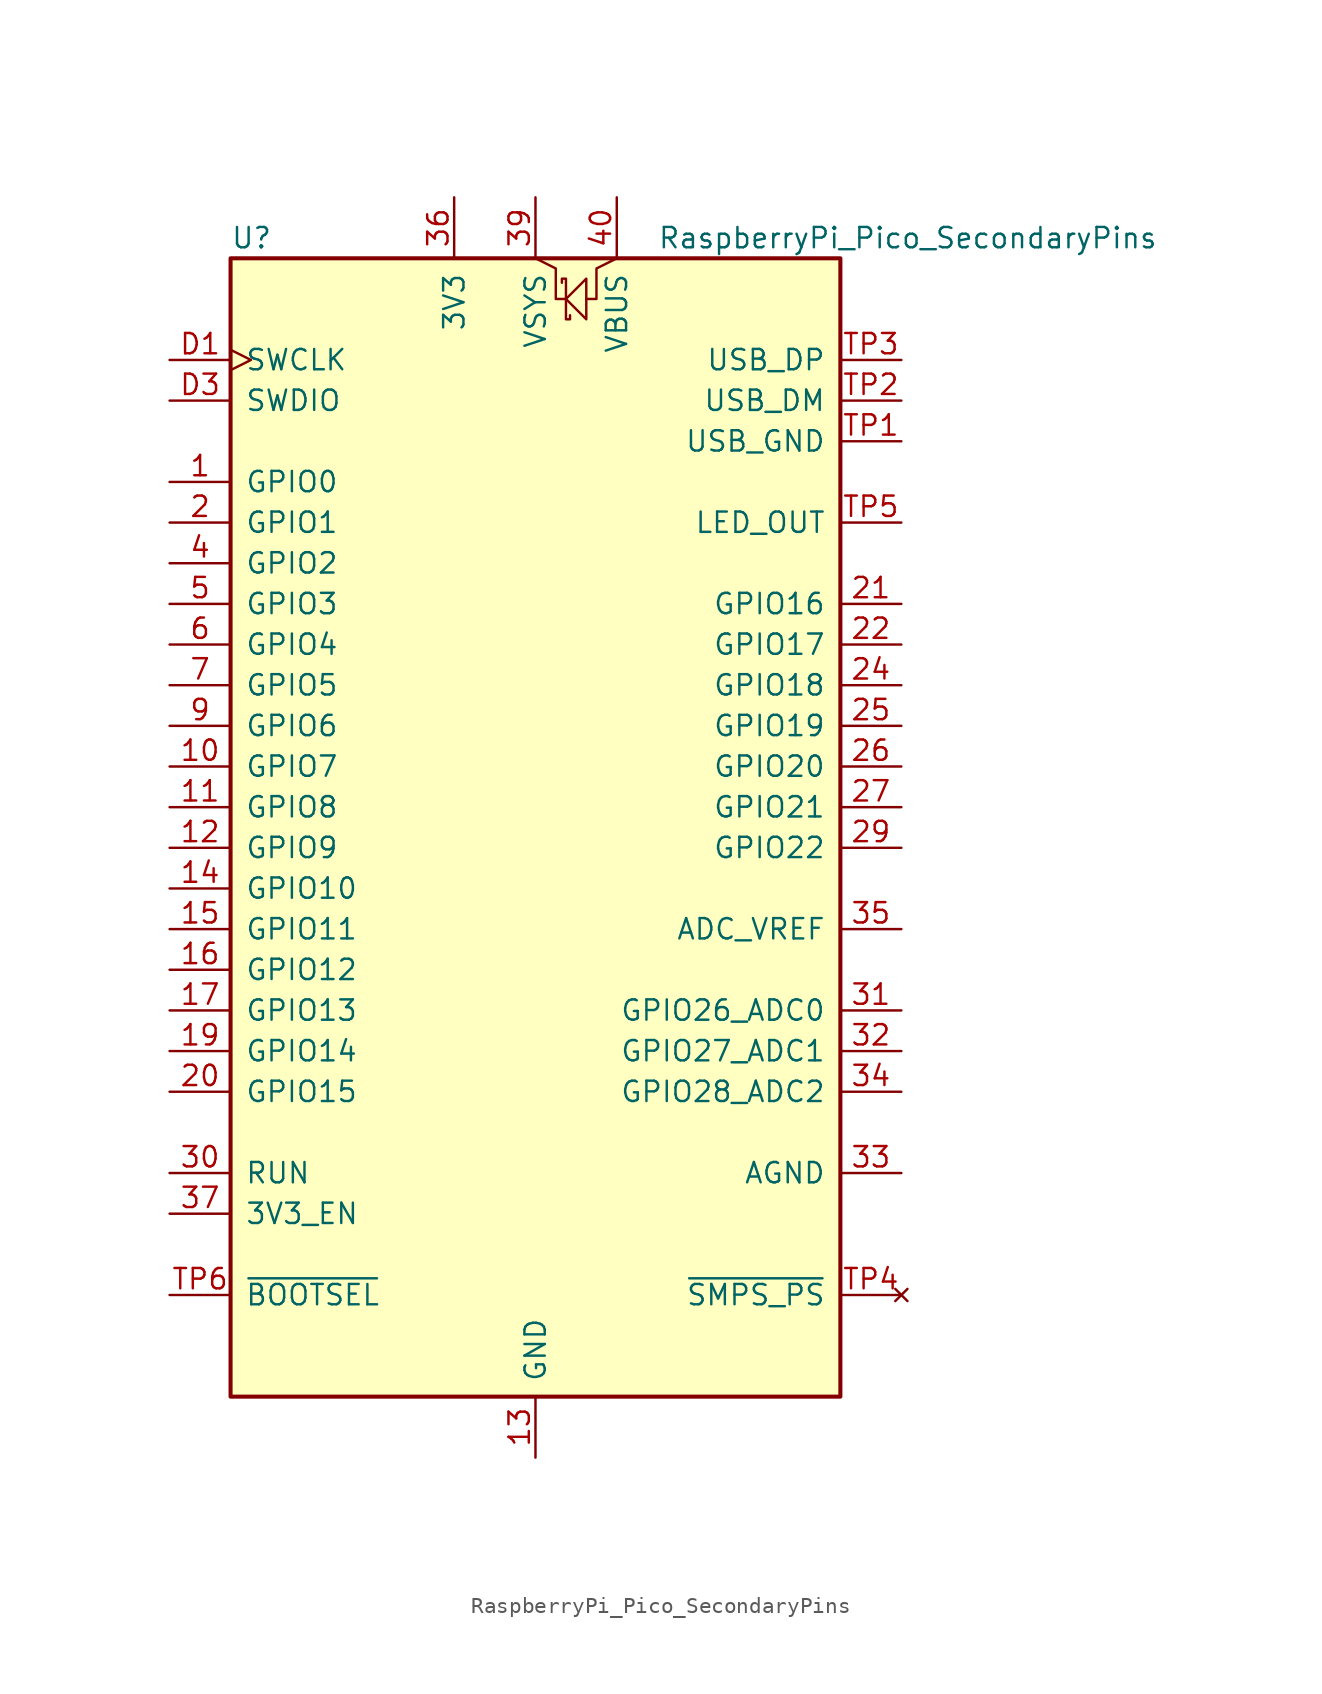
<source format=kicad_sym>
(kicad_symbol_lib
  (version 20220914)
  (generator kicad_symbol_editor)
  (symbol "RaspberryPi_Pico_SecondaryPins"
    (pin_names
      (offset 0.889))
    (property "Reference" "U"
      (at -19.05 38.1 0)
      (effects (font (size 1.27 1.27)) (justify left)))
    (property "Value" "RaspberryPi_Pico_SecondaryPins"
      (at 7.62 38.1 0)
      (effects (font (size 1.27 1.27)) (justify left)))
    (symbol "RaspberryPi_Pico_SecondaryPins_0_1"
      (rectangle (start -19.05 36.83) (end 19.05 -34.29) (stroke (width 0.254) (type default)) (fill (type background)))
      (polyline (pts (xy 0 36.83) (xy 1.27 36.195) (xy 1.27 34.29) (xy 1.905 34.29)) (stroke (width 0) (type default)) (fill (type none)))
      (polyline (pts (xy 1.905 34.29) (xy 3.175 35.56) (xy 3.175 33.02) (xy 1.905 34.29)) (stroke (width 0) (type default)) (fill (type none)))
      (polyline (pts (xy 5.08 36.83) (xy 3.81 36.195) (xy 3.81 34.29) (xy 3.175 34.29)) (stroke (width 0) (type default)) (fill (type none)))
      (polyline (pts (xy 1.651 35.306) (xy 1.651 35.56) (xy 1.905 35.56) (xy 1.905 33.02) (xy 2.159 33.02) (xy 2.159 33.274)) (stroke (width 0) (type default)) (fill (type none))))
    (symbol "RaspberryPi_Pico_SecondaryPins_1_1"
      (pin bidirectional line (at -22.86 22.86 0) (length 3.81) (name "GPIO0" (effects (font (size 1.27 1.27)))) (number "1" (effects (font (size 1.27 1.27)))) (alternate "I2C0_SDA" bidirectional line) (alternate "PWM0_A" output line) (alternate "SPI0_RX" input line) (alternate "UART0_TX" output line) (alternate "USB_OVCUR_DET" input line))
      (pin bidirectional line (at -22.86 5.08 0) (length 3.81) (name "GPIO7" (effects (font (size 1.27 1.27)))) (number "10" (effects (font (size 1.27 1.27)))) (alternate "I2C1_SCL" bidirectional clock) (alternate "PWM3_B" bidirectional line) (alternate "SPI0_TX" output line) (alternate "UART1_RTS" output line) (alternate "USB_VBUS_DET" input line))
      (pin bidirectional line (at -22.86 2.54 0) (length 3.81) (name "GPIO8" (effects (font (size 1.27 1.27)))) (number "11" (effects (font (size 1.27 1.27)))) (alternate "I2C0_SDA" bidirectional line) (alternate "PWM4_A" output line) (alternate "SPI1_RX" input line) (alternate "UART1_TX" output line) (alternate "USB_VBUS_EN" output line))
      (pin bidirectional line (at -22.86 0 0) (length 3.81) (name "GPIO9" (effects (font (size 1.27 1.27)))) (number "12" (effects (font (size 1.27 1.27)))) (alternate "I2C0_SCL" bidirectional clock) (alternate "PWM4_B" bidirectional line) (alternate "UART1_RX" input line) (alternate "USB_OVCUR_DET" input line) (alternate "~{SPI1_CSn}" bidirectional line))
      (pin power_out line (at 0 -38.1 90) (length 3.81) (name "GND" (effects (font (size 1.27 1.27)))) (number "13" (effects (font (size 1.27 1.27)))) (alternate "GND_IN" power_in line))
      (pin bidirectional line (at -22.86 -2.54 0) (length 3.81) (name "GPIO10" (effects (font (size 1.27 1.27)))) (number "14" (effects (font (size 1.27 1.27)))) (alternate "I2C1_SDA" bidirectional line) (alternate "PWM5_A" output line) (alternate "SPI1_SCK" bidirectional clock) (alternate "UART1_CTS" input line) (alternate "USB_VBUS_DET" input line))
      (pin bidirectional line (at -22.86 -5.08 0) (length 3.81) (name "GPIO11" (effects (font (size 1.27 1.27)))) (number "15" (effects (font (size 1.27 1.27)))) (alternate "I2C1_SCL" bidirectional clock) (alternate "PWM5_B" bidirectional line) (alternate "SPI1_TX" output line) (alternate "UART1_RTS" output line) (alternate "USB_VBUS_EN" output line))
      (pin bidirectional line (at -22.86 -7.62 0) (length 3.81) (name "GPIO12" (effects (font (size 1.27 1.27)))) (number "16" (effects (font (size 1.27 1.27)))) (alternate "I2C0_SDA" bidirectional line) (alternate "PWM6_A" output line) (alternate "SPI1_RX" input line) (alternate "UART0_TX" output line) (alternate "USB_OVCUR_DET" input line))
      (pin bidirectional line (at -22.86 -10.16 0) (length 3.81) (name "GPIO13" (effects (font (size 1.27 1.27)))) (number "17" (effects (font (size 1.27 1.27)))) (alternate "I2C0_SCL" bidirectional clock) (alternate "PWM6_B" bidirectional line) (alternate "UART0_RX" input line) (alternate "USB_VBUS_DET" input line) (alternate "~{SPI1_CSn}" bidirectional line))
      (pin passive line (at 0 -38.1 90) (length 3.81) hide (name "GND" (effects (font (size 1.27 1.27)))) (number "18" (effects (font (size 1.27 1.27)))))
      (pin bidirectional line (at -22.86 -12.7 0) (length 3.81) (name "GPIO14" (effects (font (size 1.27 1.27)))) (number "19" (effects (font (size 1.27 1.27)))) (alternate "I2C1_SDA" bidirectional line) (alternate "PWM7_A" output line) (alternate "SPI1_SCK" bidirectional clock) (alternate "UART0_CTS" input line) (alternate "USB_VBUS_EN" output line))
      (pin bidirectional line (at -22.86 20.32 0) (length 3.81) (name "GPIO1" (effects (font (size 1.27 1.27)))) (number "2" (effects (font (size 1.27 1.27)))) (alternate "I2C0_SCL" bidirectional clock) (alternate "PWM0_B" bidirectional line) (alternate "UART0_RX" input line) (alternate "USB_VBUS_DET" passive line) (alternate "~{SPI0_CSn}" bidirectional line))
      (pin bidirectional line (at -22.86 -15.24 0) (length 3.81) (name "GPIO15" (effects (font (size 1.27 1.27)))) (number "20" (effects (font (size 1.27 1.27)))) (alternate "I2C1_SCL" bidirectional clock) (alternate "PWM7_B" bidirectional line) (alternate "SPI1_TX" output line) (alternate "UART0_RTS" output line) (alternate "USB_OVCUR_DET" input line))
      (pin bidirectional line (at 22.86 15.24 180) (length 3.81) (name "GPIO16" (effects (font (size 1.27 1.27)))) (number "21" (effects (font (size 1.27 1.27)))) (alternate "I2C0_SDA" bidirectional line) (alternate "PWM0_A" output line) (alternate "SPI0_RX" input line) (alternate "UART0_TX" output line) (alternate "USB_VBUS_DET" input line))
      (pin bidirectional line (at 22.86 12.7 180) (length 3.81) (name "GPIO17" (effects (font (size 1.27 1.27)))) (number "22" (effects (font (size 1.27 1.27)))) (alternate "I2C0_SCL" bidirectional clock) (alternate "PWM0_B" bidirectional line) (alternate "UART0_RX" input line) (alternate "USB_VBUS_EN" output line) (alternate "~{SPI0_CSn}" bidirectional line))
      (pin passive line (at 0 -38.1 90) (length 3.81) hide (name "GND" (effects (font (size 1.27 1.27)))) (number "23" (effects (font (size 1.27 1.27)))))
      (pin bidirectional line (at 22.86 10.16 180) (length 3.81) (name "GPIO18" (effects (font (size 1.27 1.27)))) (number "24" (effects (font (size 1.27 1.27)))) (alternate "I2C1_SDA" bidirectional line) (alternate "PWM1_A" output line) (alternate "SPI0_SCK" bidirectional clock) (alternate "UART0_CTS" input line) (alternate "USB_OVCUR_DET" input line))
      (pin bidirectional line (at 22.86 7.62 180) (length 3.81) (name "GPIO19" (effects (font (size 1.27 1.27)))) (number "25" (effects (font (size 1.27 1.27)))) (alternate "I2C1_SCL" bidirectional clock) (alternate "PWM1_B" bidirectional line) (alternate "SPI0_TX" output line) (alternate "UART0_RTS" output line) (alternate "USB_VBUS_DET" input line))
      (pin bidirectional line (at 22.86 5.08 180) (length 3.81) (name "GPIO20" (effects (font (size 1.27 1.27)))) (number "26" (effects (font (size 1.27 1.27)))) (alternate "CLOCK_GPIN0" input clock) (alternate "I2C0_SDA" bidirectional line) (alternate "PWM2_A" output line) (alternate "SPI0_RX" input line) (alternate "UART1_TX" output line) (alternate "USB_VBUS_EN" output line))
      (pin bidirectional line (at 22.86 2.54 180) (length 3.81) (name "GPIO21" (effects (font (size 1.27 1.27)))) (number "27" (effects (font (size 1.27 1.27)))) (alternate "CLOCK_GPOUT0" output clock) (alternate "I2C0_SCL" bidirectional clock) (alternate "PWM2_B" bidirectional line) (alternate "UART1_RX" input line) (alternate "USB_OVCUR_DET" input line) (alternate "~{SPI0_CSn}" bidirectional line))
      (pin passive line (at 0 -38.1 90) (length 3.81) hide (name "GND" (effects (font (size 1.27 1.27)))) (number "28" (effects (font (size 1.27 1.27)))))
      (pin bidirectional line (at 22.86 0 180) (length 3.81) (name "GPIO22" (effects (font (size 1.27 1.27)))) (number "29" (effects (font (size 1.27 1.27)))) (alternate "CLOCK_GPIN1" input clock) (alternate "I2C1_SDA" bidirectional line) (alternate "PWM3_A" output line) (alternate "SPI0_SCK" bidirectional clock) (alternate "UART1_CTS" input line) (alternate "USB_VBUS_DET" input line))
      (pin passive line (at 0 -38.1 90) (length 3.81) hide (name "GND" (effects (font (size 1.27 1.27)))) (number "3" (effects (font (size 1.27 1.27)))))
      (pin input line (at -22.86 -20.32 0) (length 3.81) (name "RUN" (effects (font (size 1.27 1.27)))) (number "30" (effects (font (size 1.27 1.27)))) (alternate "~{RESET}" input line))
      (pin bidirectional line (at 22.86 -10.16 180) (length 3.81) (name "GPIO26_ADC0" (effects (font (size 1.27 1.27)))) (number "31" (effects (font (size 1.27 1.27)))) (alternate "ADC0" input line) (alternate "GPIO26" bidirectional line) (alternate "I2C1_SDA" bidirectional line) (alternate "PWM5_A" output line) (alternate "SPI1_SCK" bidirectional clock) (alternate "UART1_CTS" input line) (alternate "USB_VBUS_EN" output line))
      (pin bidirectional line (at 22.86 -12.7 180) (length 3.81) (name "GPIO27_ADC1" (effects (font (size 1.27 1.27)))) (number "32" (effects (font (size 1.27 1.27)))) (alternate "ADC1" input line) (alternate "GPIO27" bidirectional line) (alternate "I2C1_SCL" bidirectional clock) (alternate "PWM5_B" bidirectional line) (alternate "SPI1_TX" output line) (alternate "UART1_RTS" output line) (alternate "USB_OVCUR_DET" input line))
      (pin power_in line (at 22.86 -20.32 180) (length 3.81) (name "AGND" (effects (font (size 1.27 1.27)))) (number "33" (effects (font (size 1.27 1.27)))) (alternate "GND" power_in line))
      (pin bidirectional line (at 22.86 -15.24 180) (length 3.81) (name "GPIO28_ADC2" (effects (font (size 1.27 1.27)))) (number "34" (effects (font (size 1.27 1.27)))) (alternate "ADC2" input line) (alternate "GPIO28" bidirectional line) (alternate "I2C0_SDA" bidirectional line) (alternate "PWM6_A" output line) (alternate "SPI1_RX" input line) (alternate "UART0_TX" output line) (alternate "USB_VBUS_DET" input line))
      (pin power_in line (at 22.86 -5.08 180) (length 3.81) (name "ADC_VREF" (effects (font (size 1.27 1.27)))) (number "35" (effects (font (size 1.27 1.27)))))
      (pin power_out line (at -5.08 40.64 270) (length 3.81) (name "3V3" (effects (font (size 1.27 1.27)))) (number "36" (effects (font (size 1.27 1.27)))))
      (pin input line (at -22.86 -22.86 0) (length 3.81) (name "3V3_EN" (effects (font (size 1.27 1.27)))) (number "37" (effects (font (size 1.27 1.27)))) (alternate "~{3V3_DISABLE}" input line))
      (pin passive line (at 0 -38.1 90) (length 3.81) hide (name "GND" (effects (font (size 1.27 1.27)))) (number "38" (effects (font (size 1.27 1.27)))))
      (pin power_in line (at 0 40.64 270) (length 3.81) (name "VSYS" (effects (font (size 1.27 1.27)))) (number "39" (effects (font (size 1.27 1.27)))) (alternate "VSYS_OUT" power_out line))
      (pin bidirectional line (at -22.86 17.78 0) (length 3.81) (name "GPIO2" (effects (font (size 1.27 1.27)))) (number "4" (effects (font (size 1.27 1.27)))) (alternate "I2C1_SDA" bidirectional line) (alternate "PWM1_A" output line) (alternate "SPI0_SCK" bidirectional clock) (alternate "UART0_CTS" input line) (alternate "USB_VBUS_DET" input line))
      (pin power_out line (at 5.08 40.64 270) (length 3.81) (name "VBUS" (effects (font (size 1.27 1.27)))) (number "40" (effects (font (size 1.27 1.27)))) (alternate "VBUS_HOST" power_in line))
      (pin bidirectional line (at -22.86 15.24 0) (length 3.81) (name "GPIO3" (effects (font (size 1.27 1.27)))) (number "5" (effects (font (size 1.27 1.27)))) (alternate "I2C1_SCL" bidirectional clock) (alternate "PWM1_B" bidirectional line) (alternate "SPI0_TX" output line) (alternate "UART0_RTS" output line) (alternate "USB_OVCUR_DET" input line))
      (pin bidirectional line (at -22.86 12.7 0) (length 3.81) (name "GPIO4" (effects (font (size 1.27 1.27)))) (number "6" (effects (font (size 1.27 1.27)))) (alternate "I2C0_SDA" bidirectional line) (alternate "PWM2_A" output line) (alternate "SPI0_RX" input line) (alternate "UART1_TX" output line) (alternate "USB_VBUS_DET" input line))
      (pin bidirectional line (at -22.86 10.16 0) (length 3.81) (name "GPIO5" (effects (font (size 1.27 1.27)))) (number "7" (effects (font (size 1.27 1.27)))) (alternate "I2C0_SCL" bidirectional clock) (alternate "PWM2_B" bidirectional line) (alternate "UART1_RX" input line) (alternate "USB_VBUS_EN" output line) (alternate "~{SPI0_CSn}" bidirectional line))
      (pin passive line (at 0 -38.1 90) (length 3.81) hide (name "GND" (effects (font (size 1.27 1.27)))) (number "8" (effects (font (size 1.27 1.27)))))
      (pin bidirectional line (at -22.86 7.62 0) (length 3.81) (name "GPIO6" (effects (font (size 1.27 1.27)))) (number "9" (effects (font (size 1.27 1.27)))) (alternate "I2C1_SDA" bidirectional line) (alternate "PWM3_A" output line) (alternate "SPI0_SCK" bidirectional clock) (alternate "UART1_CTS" input line) (alternate "USB_OVCUR_DET" input line))
      (pin input clock (at -22.86 30.48 0) (length 3.81) (name "SWCLK" (effects (font (size 1.27 1.27)))) (number "D1" (effects (font (size 1.27 1.27)))))
      (pin passive line (at 0 -38.1 90) (length 3.81) hide (name "GND" (effects (font (size 1.27 1.27)))) (number "D2" (effects (font (size 1.27 1.27)))))
      (pin bidirectional line (at -22.86 27.94 0) (length 3.81) (name "SWDIO" (effects (font (size 1.27 1.27)))) (number "D3" (effects (font (size 1.27 1.27)))))
      (pin power_out line (at 22.86 25.4 180) (length 3.81) (name "USB_GND" (effects (font (size 1.27 1.27)))) (number "TP1" (effects (font (size 1.27 1.27)))) (alternate "USB_HOST_GND" power_in line))
      (pin bidirectional line (at 22.86 27.94 180) (length 3.81) (name "USB_DM" (effects (font (size 1.27 1.27)))) (number "TP2" (effects (font (size 1.27 1.27)))))
      (pin bidirectional line (at 22.86 30.48 180) (length 3.81) (name "USB_DP" (effects (font (size 1.27 1.27)))) (number "TP3" (effects (font (size 1.27 1.27)))))
      (pin no_connect line (at 22.86 -27.94 180) (length 3.81) (name "~{SMPS_PS}" (effects (font (size 1.27 1.27)))) (number "TP4" (effects (font (size 1.27 1.27)))) (alternate "GPIO23_UNSAFE" output line) (alternate "~{SMPS_PS_UNSAFE}" output line))
      (pin output line (at 22.86 20.32 180) (length 3.81) (name "LED_OUT" (effects (font (size 1.27 1.27)))) (number "TP5" (effects (font (size 1.27 1.27)))))
      (pin input line (at -22.86 -27.94 0) (length 3.81) (name "~{BOOTSEL}" (effects (font (size 1.27 1.27)))) (number "TP6" (effects (font (size 1.27 1.27))))))))
</source>
